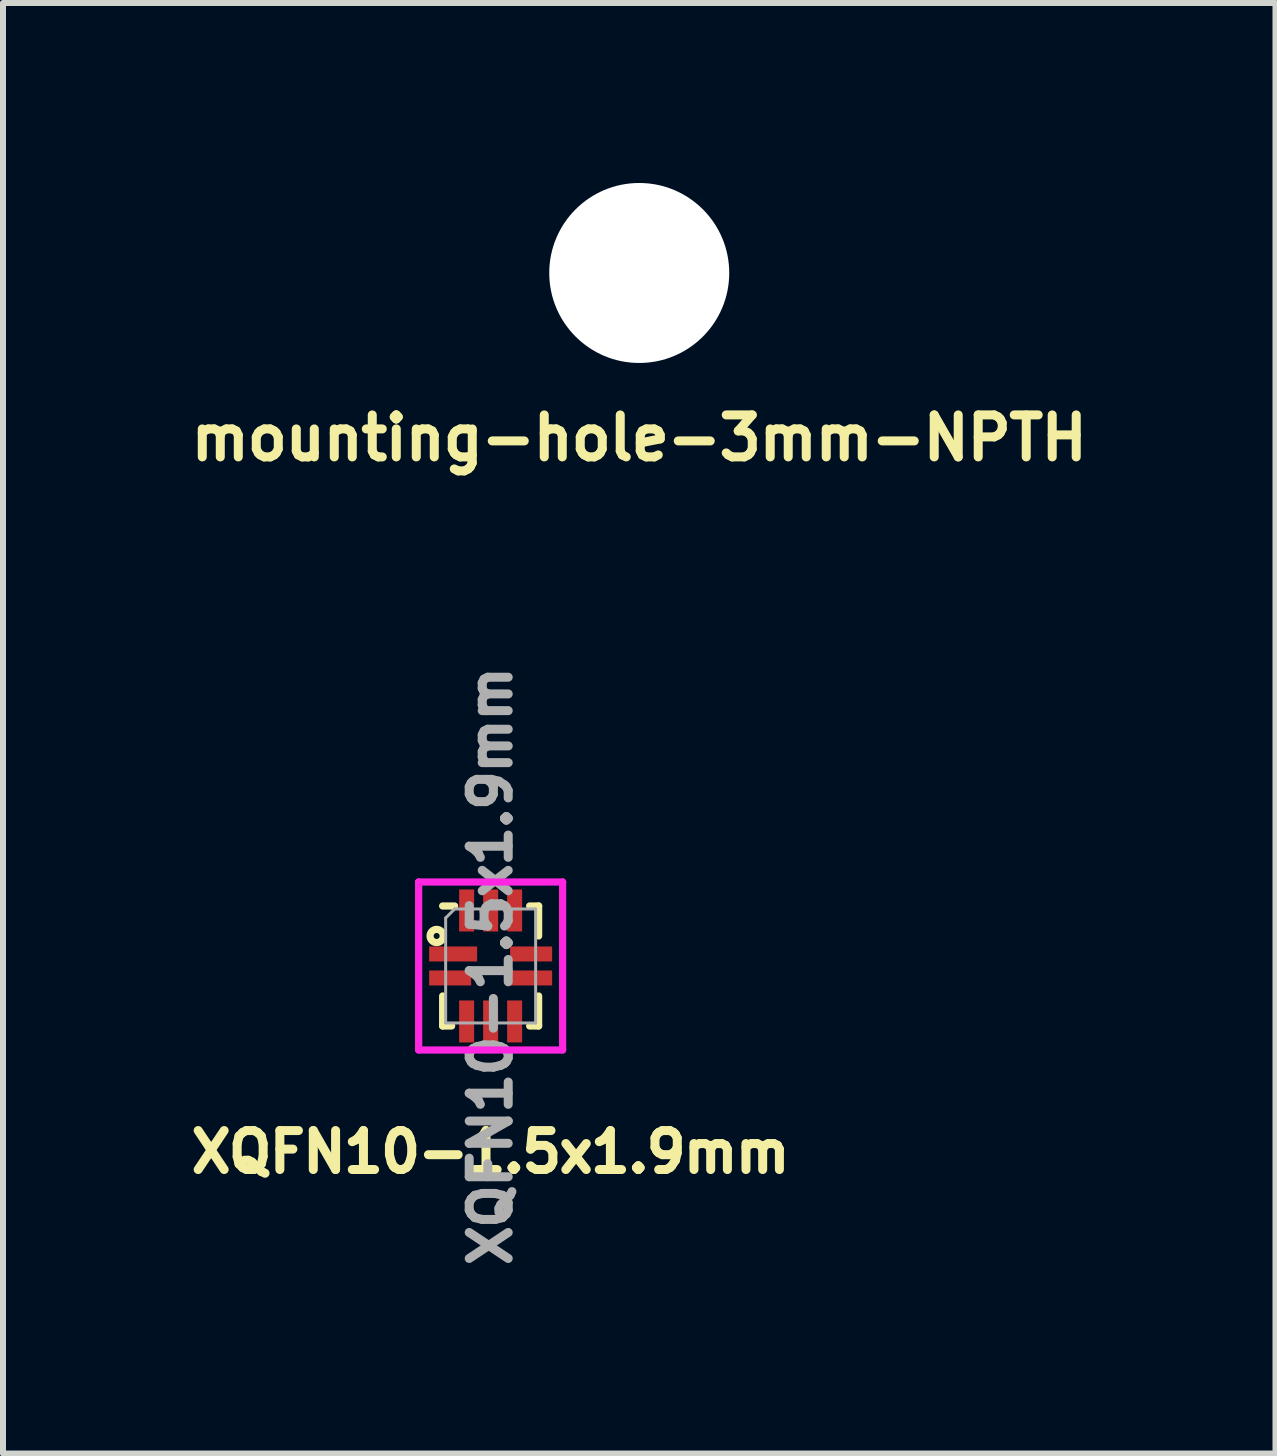
<source format=kicad_pcb>
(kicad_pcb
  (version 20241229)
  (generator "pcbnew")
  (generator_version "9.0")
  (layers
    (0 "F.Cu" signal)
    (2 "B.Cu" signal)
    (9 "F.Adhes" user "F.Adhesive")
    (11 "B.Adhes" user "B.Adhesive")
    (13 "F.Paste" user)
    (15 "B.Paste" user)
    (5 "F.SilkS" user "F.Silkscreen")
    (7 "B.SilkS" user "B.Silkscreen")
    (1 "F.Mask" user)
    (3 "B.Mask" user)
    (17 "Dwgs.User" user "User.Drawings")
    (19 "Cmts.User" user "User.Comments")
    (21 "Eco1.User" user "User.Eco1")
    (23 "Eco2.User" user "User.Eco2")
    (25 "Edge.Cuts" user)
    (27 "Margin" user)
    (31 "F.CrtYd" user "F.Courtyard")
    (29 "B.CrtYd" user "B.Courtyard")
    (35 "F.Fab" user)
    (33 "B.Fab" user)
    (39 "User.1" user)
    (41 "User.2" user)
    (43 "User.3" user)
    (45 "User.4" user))
  (footprint "mounting-hole-3mm-NPTH"
    (layer "F.Cu")
    (at 7.605 1.5)
    (property "Reference" "mounting-hole-3mm-NPTH" (at 0 2.75 0) (layer "F.SilkS") (effects (font (size 0.7 0.7) (thickness 0.15))))
    (attr through_hole)
    (pad "" np_thru_hole circle (at 0 0) (size 3 3) (drill 3) (layers "*.Cu" "*.Mask")))
  (footprint "XQFN10-1.5x1.9mm"
    (layer "F.Cu")
    (at 5.128 13.051)
    (property "Reference" "XQFN10-1.5x1.9mm" (at 0 3.1 0) (layer "F.SilkS") (effects (font (size 0.65 0.65) (thickness 0.15))))
    (attr smd)
    (fp_line (start -0.8 -1) (end -0.6 -1) (stroke (width 0.12) (type solid)) (layer "F.SilkS"))
    (fp_line (start -0.8 1) (end -0.8 0.5) (stroke (width 0.12) (type solid)) (layer "F.SilkS"))
    (fp_line (start -0.8 1) (end -0.65 1) (stroke (width 0.12) (type solid)) (layer "F.SilkS"))
    (fp_line (start 0.8 -1) (end 0.65 -1) (stroke (width 0.12) (type solid)) (layer "F.SilkS"))
    (fp_line (start 0.8 -1) (end 0.8 -0.5) (stroke (width 0.12) (type solid)) (layer "F.SilkS"))
    (fp_line (start 0.8 0.5) (end 0.8 1) (stroke (width 0.12) (type solid)) (layer "F.SilkS"))
    (fp_line (start 0.8 1) (end 0.65 1) (stroke (width 0.12) (type solid)) (layer "F.SilkS"))
    (fp_circle (center -0.9 -0.5) (end -0.9 -0.55) (stroke (width 0.12) (type solid)) (fill no) (layer "F.SilkS"))
    (fp_line (start -1.2 -1.4) (end 1.2 -1.4) (stroke (width 0.12) (type solid)) (layer "F.CrtYd"))
    (fp_line (start -1.2 1.4) (end -1.2 -1.4) (stroke (width 0.12) (type solid)) (layer "F.CrtYd"))
    (fp_line (start 1.2 -1.4) (end 1.2 1.4) (stroke (width 0.12) (type solid)) (layer "F.CrtYd"))
    (fp_line (start 1.2 1.4) (end -1.2 1.4) (stroke (width 0.12) (type solid)) (layer "F.CrtYd"))
    (fp_line (start -0.75 0.95) (end -0.75 -0.8) (stroke (width 0.05) (type solid)) (layer "F.Fab"))
    (fp_line (start -0.75 0.95) (end 0.75 0.95) (stroke (width 0.05) (type solid)) (layer "F.Fab"))
    (fp_line (start -0.6 -0.95) (end -0.75 -0.8) (stroke (width 0.05) (type solid)) (layer "F.Fab"))
    (fp_line (start 0.75 -0.95) (end -0.6 -0.95) (stroke (width 0.05) (type solid)) (layer "F.Fab"))
    (fp_line (start 0.75 -0.95) (end 0.75 0.95) (stroke (width 0.05) (type solid)) (layer "F.Fab"))
    (fp_text user "${REFERENCE}" (at 0 0 90) (layer "F.Fab") (effects (font (size 0.65 0.65) (thickness 0.15))))
    (pad "1" smd rect (at -0.675 -0.2 90) (size 0.25 0.8) (drill (offset 0 0.05)) (layers "F.Cu" "F.Mask" "F.Paste"))
    (pad "2" smd rect (at -0.675 0.2 90) (size 0.25 0.7) (layers "F.Cu" "F.Mask" "F.Paste"))
    (pad "3" smd rect (at -0.4 0.925) (size 0.25 0.7) (layers "F.Cu" "F.Mask" "F.Paste"))
    (pad "4" smd rect (at 0 0.925) (size 0.25 0.7) (layers "F.Cu" "F.Mask" "F.Paste"))
    (pad "5" smd rect (at 0.4 0.925) (size 0.25 0.7) (layers "F.Cu" "F.Mask" "F.Paste"))
    (pad "6" smd rect (at 0.675 0.2 90) (size 0.25 0.7) (layers "F.Cu" "F.Mask" "F.Paste"))
    (pad "7" smd rect (at 0.675 -0.2 90) (size 0.25 0.7) (layers "F.Cu" "F.Mask" "F.Paste"))
    (pad "8" smd rect (at 0.4 -0.925) (size 0.25 0.7) (layers "F.Cu" "F.Mask" "F.Paste"))
    (pad "9" smd rect (at 0 -0.925) (size 0.25 0.7) (layers "F.Cu" "F.Mask" "F.Paste"))
    (pad "10" smd rect (at -0.4 -0.925) (size 0.25 0.7) (layers "F.Cu" "F.Mask" "F.Paste")))
  (gr_rect
    (start -3 -3)
    (end 18.21 21.178)
    (stroke (width 0.1) (type default))
    (fill no)
    (layer "Edge.Cuts")))
</source>
